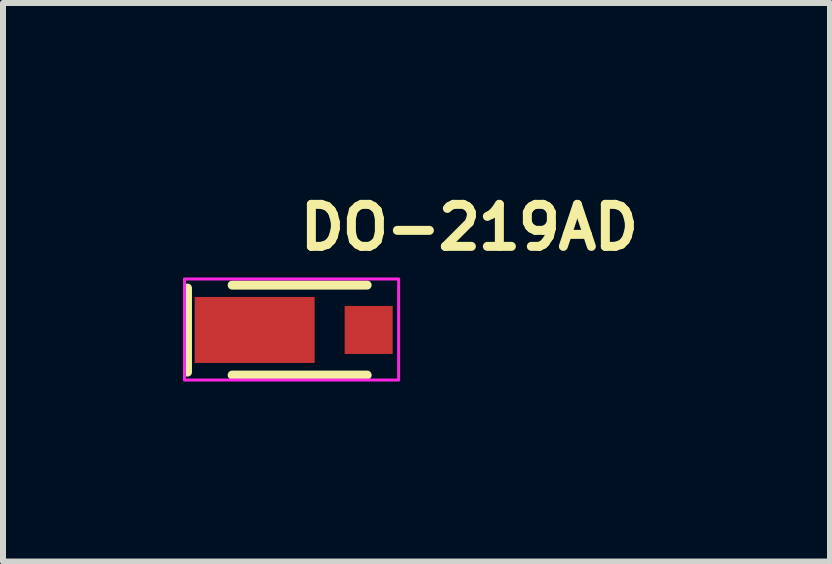
<source format=kicad_pcb>
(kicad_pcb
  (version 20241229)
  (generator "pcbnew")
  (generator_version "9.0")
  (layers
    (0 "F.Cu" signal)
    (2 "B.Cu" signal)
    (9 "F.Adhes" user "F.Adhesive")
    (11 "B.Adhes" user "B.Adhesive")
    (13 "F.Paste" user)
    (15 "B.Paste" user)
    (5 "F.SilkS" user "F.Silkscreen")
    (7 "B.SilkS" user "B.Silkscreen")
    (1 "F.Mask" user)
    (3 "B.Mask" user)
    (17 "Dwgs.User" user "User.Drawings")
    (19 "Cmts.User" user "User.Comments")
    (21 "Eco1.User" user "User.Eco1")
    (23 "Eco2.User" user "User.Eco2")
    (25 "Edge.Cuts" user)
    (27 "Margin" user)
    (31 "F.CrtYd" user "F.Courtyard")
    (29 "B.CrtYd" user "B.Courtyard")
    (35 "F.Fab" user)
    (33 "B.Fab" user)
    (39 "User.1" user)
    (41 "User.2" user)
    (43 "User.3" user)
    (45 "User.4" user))
  (footprint "DO-219AD"
    (layer "F.Cu")
    (at 1.875 2.45)
    (property "Reference" "DO-219AD" (at 0 -1.3 0) (layer "F.SilkS") (effects (font (size 0.7 0.7) (thickness 0.15)) (justify left bottom)))
    (attr smd)
    (fp_line (start -1.8 -0.698) (end -1.8 0.702) (stroke (width 0.15) (type solid)) (layer "F.SilkS"))
    (fp_line (start -1.055 -0.748) (end 1.195 -0.748) (stroke (width 0.15) (type solid)) (layer "F.SilkS"))
    (fp_line (start -1.055 0.752) (end 1.195 0.752) (stroke (width 0.15) (type solid)) (layer "F.SilkS"))
    (fp_rect (start -1.85 -0.85) (end 1.72 0.835) (stroke (width 0.05) (type solid)) (fill no) (layer "F.CrtYd"))
    (fp_rect (start -1.25 -0.65) (end 1.25 0.65) (stroke (width 0.1) (type solid)) (fill no) (layer "User.5"))
    (fp_line (start -1.25 -0.41) (end -1.25 0.41) (stroke (width 0.02) (type solid)) (layer "User.9"))
    (fp_line (start -1.25 0.41) (end -1.1 0.41) (stroke (width 0.02) (type solid)) (layer "User.9"))
    (fp_line (start -1.1 -0.65) (end -1.1 -0.41) (stroke (width 0.02) (type solid)) (layer "User.9"))
    (fp_line (start -1.1 -0.41) (end -1.25 -0.41) (stroke (width 0.02) (type solid)) (layer "User.9"))
    (fp_line (start -1.1 -0.41) (end -1.1 0.41) (stroke (width 0.02) (type solid)) (layer "User.9"))
    (fp_line (start -1.1 0.41) (end -1.1 0.65) (stroke (width 0.02) (type solid)) (layer "User.9"))
    (fp_line (start -1.1 0.65) (end 1.1 0.65) (stroke (width 0.02) (type solid)) (layer "User.9"))
    (fp_line (start -1.053 -0.604) (end -1.1 -0.65) (stroke (width 0.02) (type solid)) (layer "User.9"))
    (fp_line (start -1.053 -0.604) (end -1.053 0.603) (stroke (width 0.02) (type solid)) (layer "User.9"))
    (fp_line (start -1.053 0.603) (end -1.1 0.65) (stroke (width 0.02) (type solid)) (layer "User.9"))
    (fp_line (start -1.053 0.603) (end 1.054 0.603) (stroke (width 0.02) (type solid)) (layer "User.9"))
    (fp_line (start 1.054 -0.604) (end -1.053 -0.604) (stroke (width 0.02) (type solid)) (layer "User.9"))
    (fp_line (start 1.054 -0.604) (end 1.1 -0.65) (stroke (width 0.02) (type solid)) (layer "User.9"))
    (fp_line (start 1.054 -0.604) (end 1.1 -0.65) (stroke (width 0.02) (type solid)) (layer "User.9"))
    (fp_line (start 1.054 0.603) (end 1.054 -0.604) (stroke (width 0.02) (type solid)) (layer "User.9"))
    (fp_line (start 1.1 -0.65) (end -1.1 -0.65) (stroke (width 0.02) (type solid)) (layer "User.9"))
    (fp_line (start 1.1 -0.3) (end 1.1 -0.65) (stroke (width 0.02) (type solid)) (layer "User.9"))
    (fp_line (start 1.1 0.3) (end 1.1 -0.3) (stroke (width 0.02) (type solid)) (layer "User.9"))
    (fp_line (start 1.1 0.3) (end 1.25 0.3) (stroke (width 0.02) (type solid)) (layer "User.9"))
    (fp_line (start 1.1 0.65) (end 1.1 0.3) (stroke (width 0.02) (type solid)) (layer "User.9"))
    (fp_line (start 1.25 -0.3) (end 1.1 -0.3) (stroke (width 0.02) (type solid)) (layer "User.9"))
    (fp_line (start 1.25 -0.3) (end 1.1 -0.3) (stroke (width 0.02) (type solid)) (layer "User.9"))
    (fp_line (start 1.25 0.3) (end 1.25 -0.3) (stroke (width 0.02) (type solid)) (layer "User.9"))
    (pad "1" smd rect (at -0.68 0 270) (size 1.1 2) (layers "F.Cu" "F.Mask" "F.Paste"))
    (pad "2" smd rect (at 1.22 0 270) (size 0.8 0.8) (layers "F.Cu" "F.Mask" "F.Paste")))
  (gr_rect
    (start -3 -3)
    (end 10.785 6.31)
    (stroke (width 0.1) (type default))
    (fill no)
    (layer "Edge.Cuts")))
</source>
